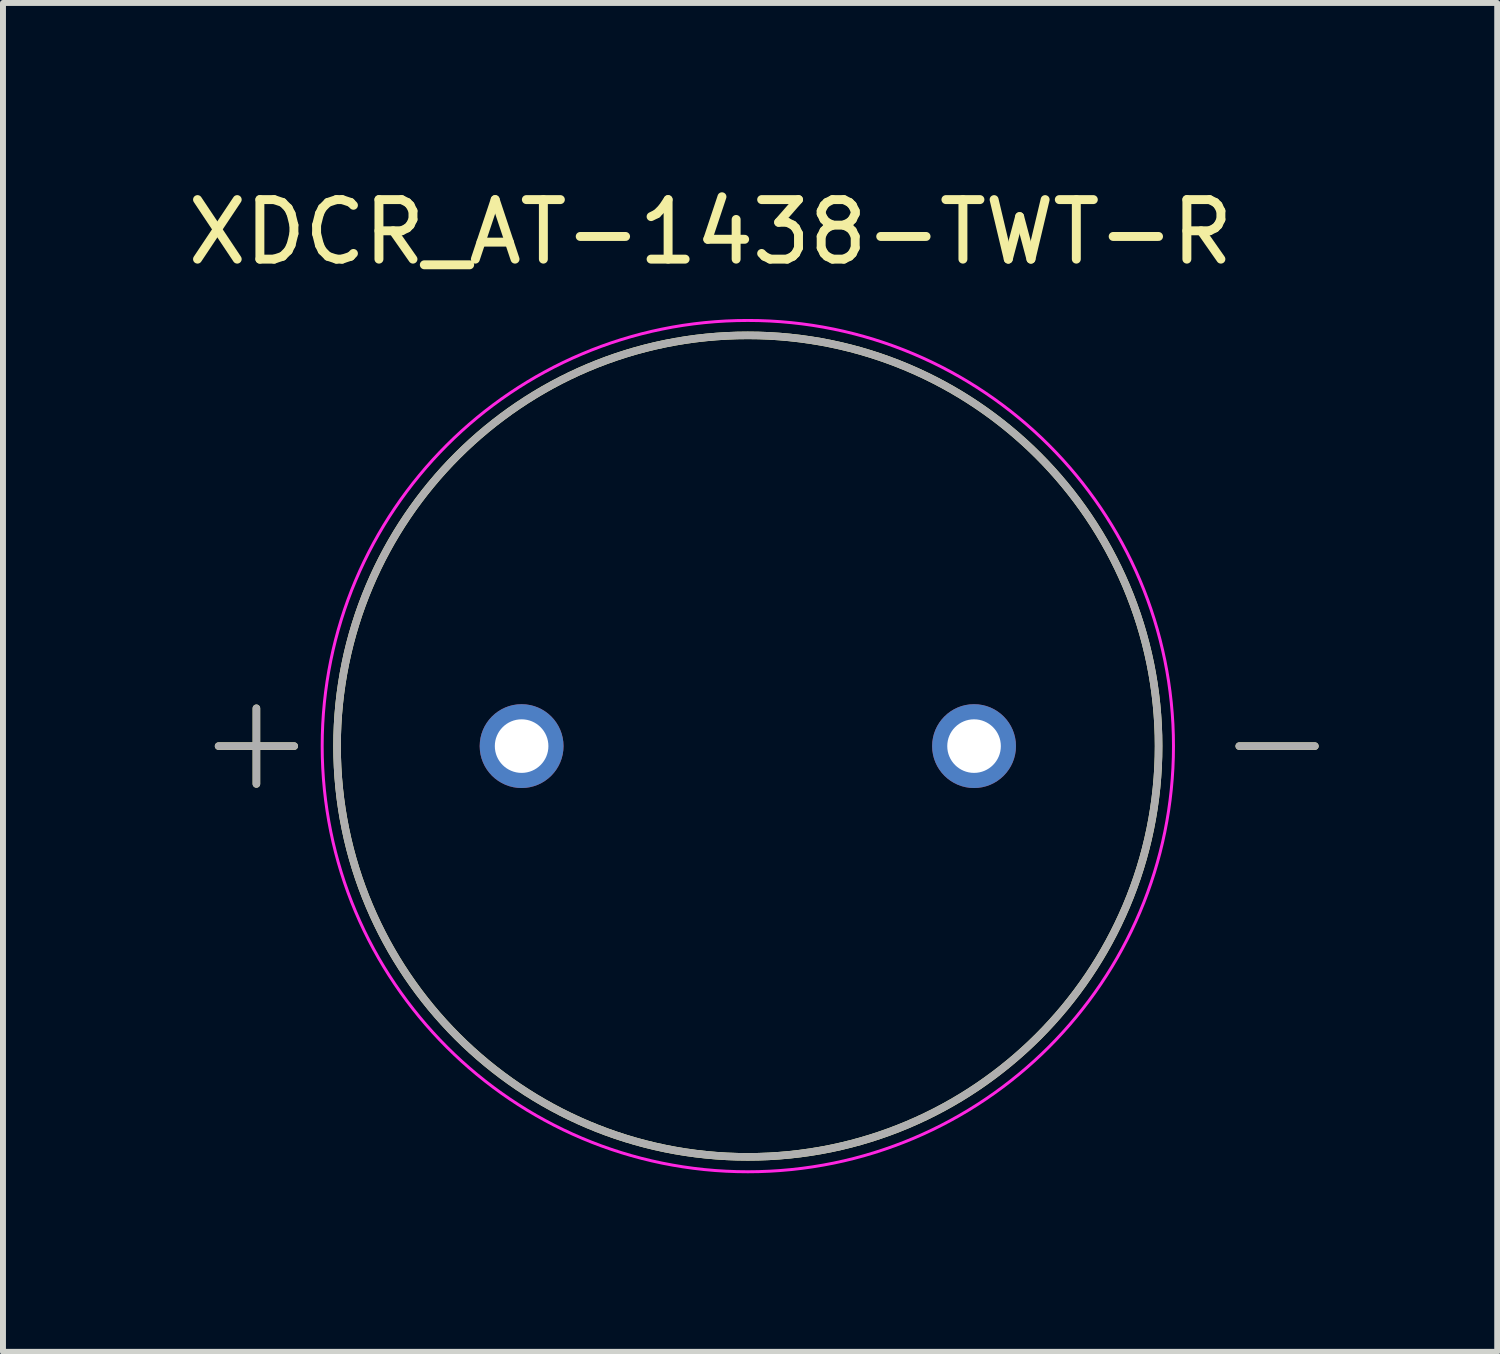
<source format=kicad_pcb>
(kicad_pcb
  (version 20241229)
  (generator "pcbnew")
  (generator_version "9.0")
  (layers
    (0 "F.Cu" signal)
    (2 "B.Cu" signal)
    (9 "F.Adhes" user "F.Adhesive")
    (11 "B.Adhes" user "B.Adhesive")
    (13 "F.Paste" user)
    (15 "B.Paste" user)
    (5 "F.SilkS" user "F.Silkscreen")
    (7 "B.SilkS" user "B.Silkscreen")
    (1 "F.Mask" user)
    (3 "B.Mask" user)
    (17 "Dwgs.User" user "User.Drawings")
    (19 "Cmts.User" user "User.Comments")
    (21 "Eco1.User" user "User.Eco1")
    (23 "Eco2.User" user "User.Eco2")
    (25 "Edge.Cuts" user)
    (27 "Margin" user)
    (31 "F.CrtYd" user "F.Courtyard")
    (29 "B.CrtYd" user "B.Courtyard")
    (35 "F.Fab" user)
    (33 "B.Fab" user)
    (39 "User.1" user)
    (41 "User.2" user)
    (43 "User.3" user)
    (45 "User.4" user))
  (footprint "XDCR_AT-1438-TWT-R"
    (layer "F.Cu")
    (at 9.512 9.483)
    (property "Reference" "XDCR_AT-1438-TWT-R" (at -0.625 -8.635 0) (layer "F.SilkS") (effects (font (size 1 1) (thickness 0.15))))
    (attr through_hole)
    (fp_line (start -8.89 0) (end -7.62 0) (stroke (width 0.127) (type solid)) (layer "F.SilkS"))
    (fp_line (start -8.255 -0.635) (end -8.255 0.635) (stroke (width 0.127) (type solid)) (layer "F.SilkS"))
    (fp_line (start 8.255 0) (end 9.525 0) (stroke (width 0.127) (type solid)) (layer "F.SilkS"))
    (fp_circle (center 0 0) (end 6.9 0) (stroke (width 0.127) (type solid)) (fill no) (layer "F.SilkS"))
    (fp_circle (center 0 0) (end 7.15 0) (stroke (width 0.05) (type solid)) (fill no) (layer "F.CrtYd"))
    (fp_line (start -8.89 0) (end -7.62 0) (stroke (width 0.127) (type solid)) (layer "F.Fab"))
    (fp_line (start -8.255 -0.635) (end -8.255 0.635) (stroke (width 0.127) (type solid)) (layer "F.Fab"))
    (fp_line (start 8.255 0) (end 9.525 0) (stroke (width 0.127) (type solid)) (layer "F.Fab"))
    (fp_circle (center 0 0) (end 6.9 0) (stroke (width 0.127) (type solid)) (fill no) (layer "F.Fab"))
    (pad "N" thru_hole circle (at 3.8 0) (size 1.408 1.408) (drill 0.9) (layers "*.Cu" "*.Mask"))
    (pad "P" thru_hole circle (at -3.8 0) (size 1.408 1.408) (drill 0.9) (layers "*.Cu" "*.Mask")))
  (gr_rect
    (start -3 -3)
    (end 22.1 19.658)
    (stroke (width 0.1) (type default))
    (fill no)
    (layer "Edge.Cuts")))
</source>
